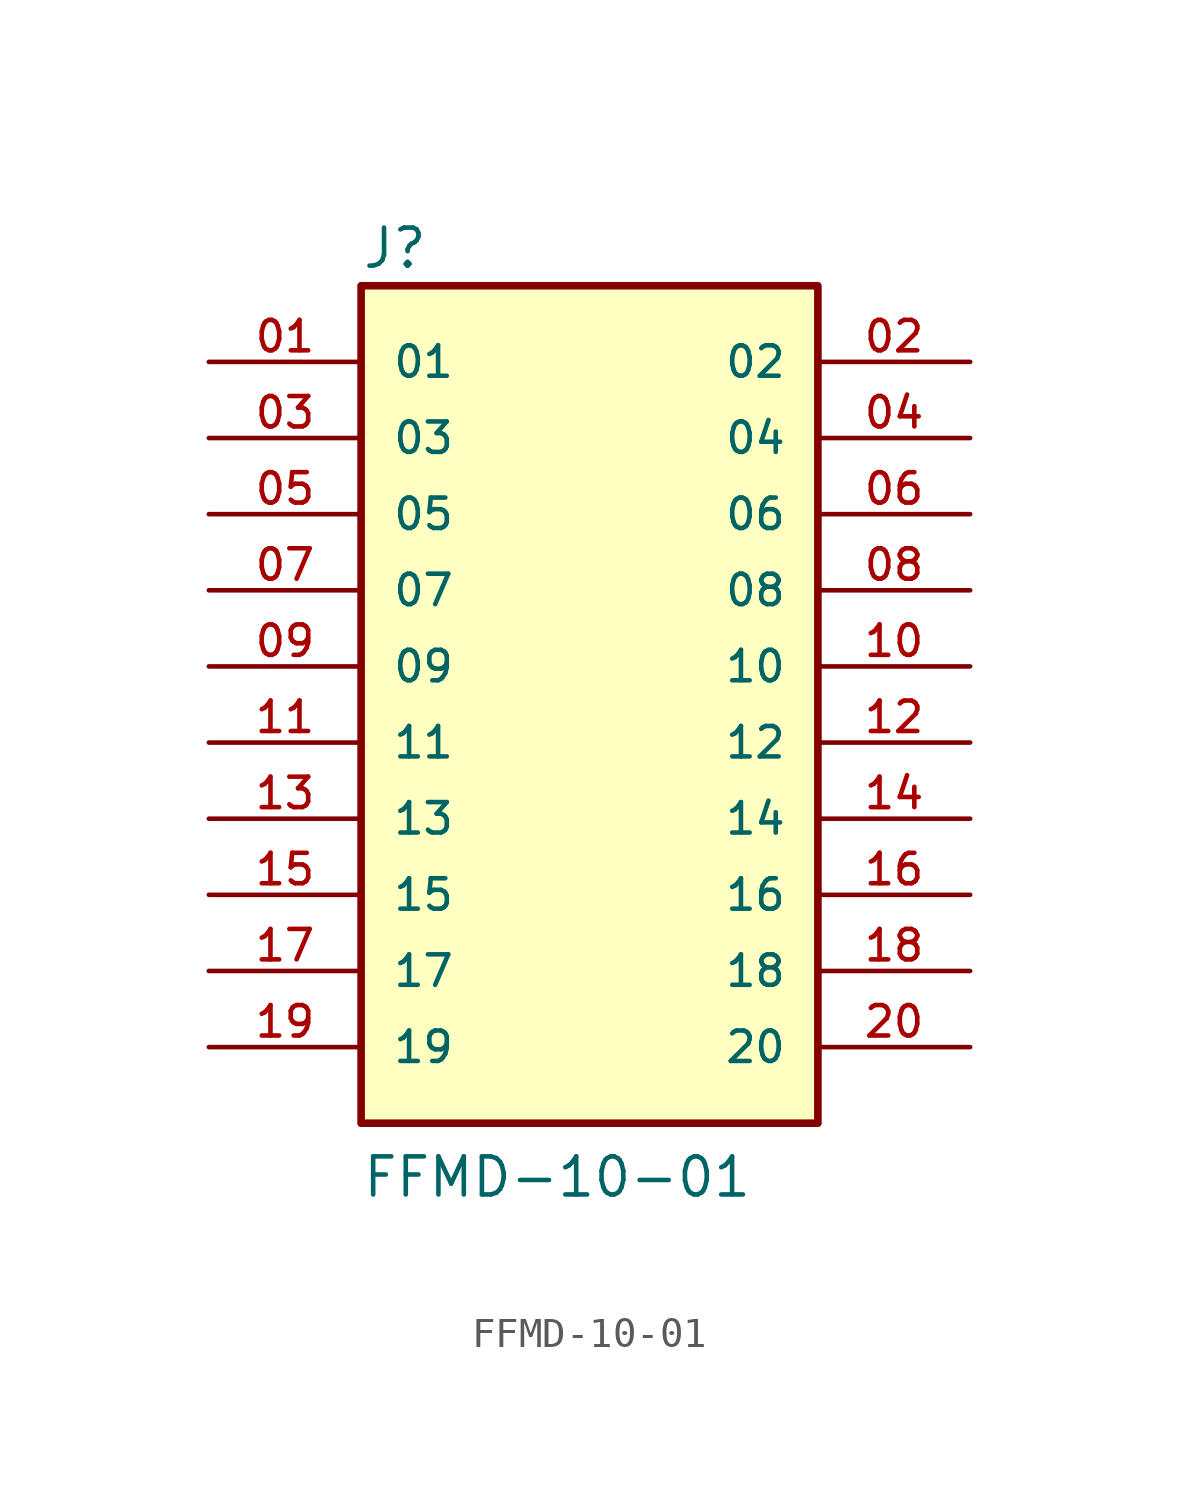
<source format=kicad_sym>
(kicad_symbol_lib
  (version 20211014)
  (generator kicad_symbol_editor)
  (symbol "FFMD-10-01"
    (pin_names
      (offset 1.016))
    (property "Reference" "J"
      (at -7.62 13.208 0)
      (effects (font (size 1.27 1.27)) (justify bottom left)))
    (property "Value" "FFMD-10-01"
      (at -7.62 -17.78 0)
      (effects (font (size 1.27 1.27)) (justify bottom left)))
    (symbol "FFMD-10-01_0_0"
      (rectangle (start -7.62 -15.24) (end 7.62 12.7) (stroke (width 0.254)) (fill (type background)))
      (pin passive line (at -12.7 10.16 0) (length 5.08) (name "01" (effects (font (size 1.016 1.016)))) (number "01" (effects (font (size 1.016 1.016)))))
      (pin passive line (at 12.7 10.16 180.0) (length 5.08) (name "02" (effects (font (size 1.016 1.016)))) (number "02" (effects (font (size 1.016 1.016)))))
      (pin passive line (at -12.7 7.62 0) (length 5.08) (name "03" (effects (font (size 1.016 1.016)))) (number "03" (effects (font (size 1.016 1.016)))))
      (pin passive line (at 12.7 7.62 180.0) (length 5.08) (name "04" (effects (font (size 1.016 1.016)))) (number "04" (effects (font (size 1.016 1.016)))))
      (pin passive line (at -12.7 5.08 0) (length 5.08) (name "05" (effects (font (size 1.016 1.016)))) (number "05" (effects (font (size 1.016 1.016)))))
      (pin passive line (at 12.7 5.08 180.0) (length 5.08) (name "06" (effects (font (size 1.016 1.016)))) (number "06" (effects (font (size 1.016 1.016)))))
      (pin passive line (at -12.7 2.54 0) (length 5.08) (name "07" (effects (font (size 1.016 1.016)))) (number "07" (effects (font (size 1.016 1.016)))))
      (pin passive line (at 12.7 2.54 180.0) (length 5.08) (name "08" (effects (font (size 1.016 1.016)))) (number "08" (effects (font (size 1.016 1.016)))))
      (pin passive line (at -12.7 0.0 0) (length 5.08) (name "09" (effects (font (size 1.016 1.016)))) (number "09" (effects (font (size 1.016 1.016)))))
      (pin passive line (at 12.7 0.0 180.0) (length 5.08) (name "10" (effects (font (size 1.016 1.016)))) (number "10" (effects (font (size 1.016 1.016)))))
      (pin passive line (at -12.7 -2.54 0) (length 5.08) (name "11" (effects (font (size 1.016 1.016)))) (number "11" (effects (font (size 1.016 1.016)))))
      (pin passive line (at 12.7 -2.54 180.0) (length 5.08) (name "12" (effects (font (size 1.016 1.016)))) (number "12" (effects (font (size 1.016 1.016)))))
      (pin passive line (at -12.7 -5.08 0) (length 5.08) (name "13" (effects (font (size 1.016 1.016)))) (number "13" (effects (font (size 1.016 1.016)))))
      (pin passive line (at 12.7 -5.08 180.0) (length 5.08) (name "14" (effects (font (size 1.016 1.016)))) (number "14" (effects (font (size 1.016 1.016)))))
      (pin passive line (at -12.7 -7.62 0) (length 5.08) (name "15" (effects (font (size 1.016 1.016)))) (number "15" (effects (font (size 1.016 1.016)))))
      (pin passive line (at 12.7 -7.62 180.0) (length 5.08) (name "16" (effects (font (size 1.016 1.016)))) (number "16" (effects (font (size 1.016 1.016)))))
      (pin passive line (at -12.7 -10.16 0) (length 5.08) (name "17" (effects (font (size 1.016 1.016)))) (number "17" (effects (font (size 1.016 1.016)))))
      (pin passive line (at 12.7 -10.16 180.0) (length 5.08) (name "18" (effects (font (size 1.016 1.016)))) (number "18" (effects (font (size 1.016 1.016)))))
      (pin passive line (at -12.7 -12.7 0) (length 5.08) (name "19" (effects (font (size 1.016 1.016)))) (number "19" (effects (font (size 1.016 1.016)))))
      (pin passive line (at 12.7 -12.7 180.0) (length 5.08) (name "20" (effects (font (size 1.016 1.016)))) (number "20" (effects (font (size 1.016 1.016))))))))
</source>
